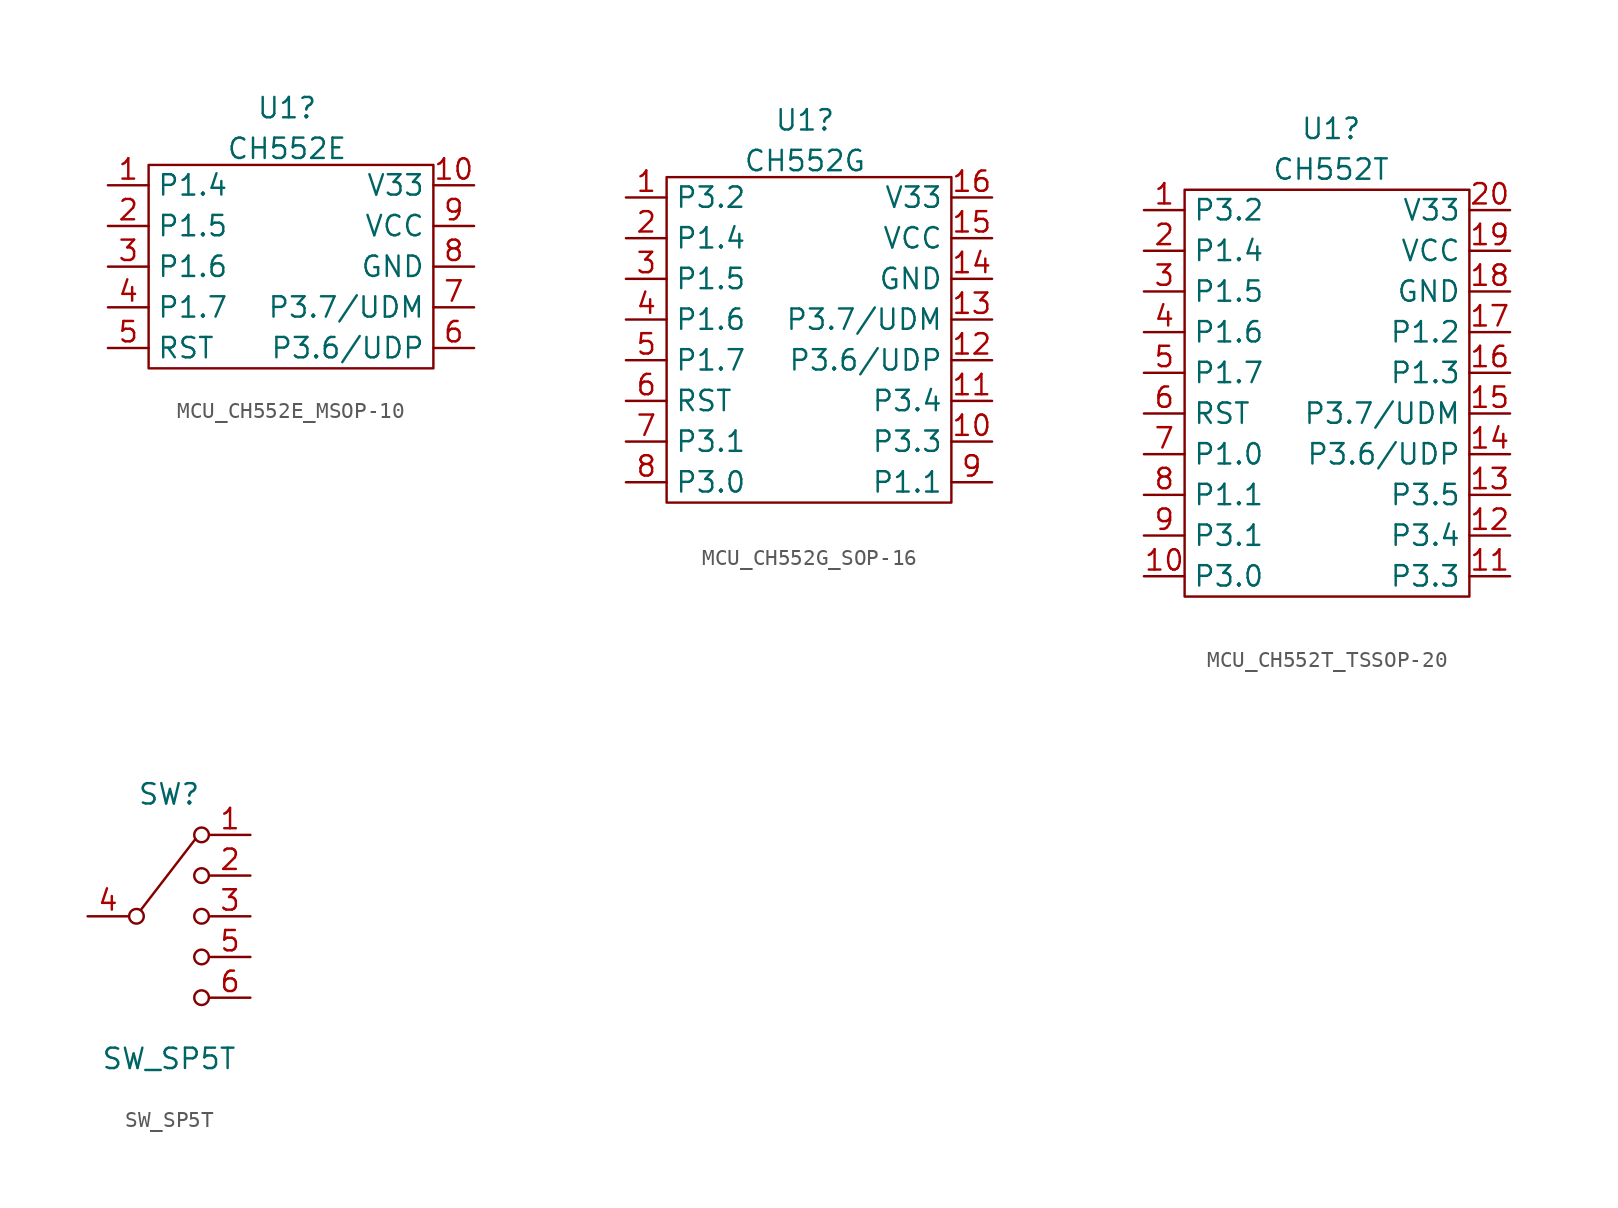
<source format=kicad_sym>
(kicad_symbol_lib
  (version 20231120)
  (generator "kicad_symbol_editor")
  (generator_version "8.0")
  (symbol "MCU_CH552E_MSOP-10"
    (property "Reference" "U1"
      (at 0 13.716 0)
      (effects (font (size 1.27 1.27))))
    (property "Value" "CH552E"
      (at 0 11.176 0)
      (effects (font (size 1.27 1.27))))
    (symbol "MCU_CH552E_MSOP-10_0_1"
      (rectangle (start -8.636 10.16) (end 9.144 -2.54) (stroke (width 0) (type default)) (fill (type none))))
    (symbol "MCU_CH552E_MSOP-10_1_1"
      (pin input line (at -11.176 8.89 0) (length 2.54) (name "P1.4" (effects (font (size 1.27 1.27)))) (number "1" (effects (font (size 1.27 1.27)))))
      (pin input line (at 11.684 8.89 180) (length 2.54) (name "V33" (effects (font (size 1.27 1.27)))) (number "10" (effects (font (size 1.27 1.27)))))
      (pin input line (at -11.176 6.35 0) (length 2.54) (name "P1.5" (effects (font (size 1.27 1.27)))) (number "2" (effects (font (size 1.27 1.27)))))
      (pin input line (at -11.176 3.81 0) (length 2.54) (name "P1.6" (effects (font (size 1.27 1.27)))) (number "3" (effects (font (size 1.27 1.27)))))
      (pin input line (at -11.176 1.27 0) (length 2.54) (name "P1.7" (effects (font (size 1.27 1.27)))) (number "4" (effects (font (size 1.27 1.27)))))
      (pin input line (at -11.176 -1.27 0) (length 2.54) (name "RST" (effects (font (size 1.27 1.27)))) (number "5" (effects (font (size 1.27 1.27)))))
      (pin input line (at 11.684 -1.27 180) (length 2.54) (name "P3.6/UDP" (effects (font (size 1.27 1.27)))) (number "6" (effects (font (size 1.27 1.27)))))
      (pin input line (at 11.684 1.27 180) (length 2.54) (name "P3.7/UDM" (effects (font (size 1.27 1.27)))) (number "7" (effects (font (size 1.27 1.27)))))
      (pin input line (at 11.684 3.81 180) (length 2.54) (name "GND" (effects (font (size 1.27 1.27)))) (number "8" (effects (font (size 1.27 1.27)))))
      (pin input line (at 11.684 6.35 180) (length 2.54) (name "VCC" (effects (font (size 1.27 1.27)))) (number "9" (effects (font (size 1.27 1.27)))))))
  (symbol "MCU_CH552G_SOP-16"
    (property "Reference" "U1"
      (at 0 13.716 0)
      (effects (font (size 1.27 1.27))))
    (property "Value" "CH552G"
      (at 0 11.176 0)
      (effects (font (size 1.27 1.27))))
    (symbol "MCU_CH552G_SOP-16_0_1"
      (rectangle (start -8.636 10.16) (end 9.144 -10.16) (stroke (width 0) (type default)) (fill (type none))))
    (symbol "MCU_CH552G_SOP-16_1_1"
      (pin input line (at -11.176 8.89 0) (length 2.54) (name "P3.2" (effects (font (size 1.27 1.27)))) (number "1" (effects (font (size 1.27 1.27)))))
      (pin input line (at 11.684 -6.35 180) (length 2.54) (name "P3.3" (effects (font (size 1.27 1.27)))) (number "10" (effects (font (size 1.27 1.27)))))
      (pin input line (at 11.684 -3.81 180) (length 2.54) (name "P3.4" (effects (font (size 1.27 1.27)))) (number "11" (effects (font (size 1.27 1.27)))))
      (pin input line (at 11.684 -1.27 180) (length 2.54) (name "P3.6/UDP" (effects (font (size 1.27 1.27)))) (number "12" (effects (font (size 1.27 1.27)))))
      (pin input line (at 11.684 1.27 180) (length 2.54) (name "P3.7/UDM" (effects (font (size 1.27 1.27)))) (number "13" (effects (font (size 1.27 1.27)))))
      (pin input line (at 11.684 3.81 180) (length 2.54) (name "GND" (effects (font (size 1.27 1.27)))) (number "14" (effects (font (size 1.27 1.27)))))
      (pin input line (at 11.684 6.35 180) (length 2.54) (name "VCC" (effects (font (size 1.27 1.27)))) (number "15" (effects (font (size 1.27 1.27)))))
      (pin input line (at 11.684 8.89 180) (length 2.54) (name "V33" (effects (font (size 1.27 1.27)))) (number "16" (effects (font (size 1.27 1.27)))))
      (pin input line (at -11.176 6.35 0) (length 2.54) (name "P1.4" (effects (font (size 1.27 1.27)))) (number "2" (effects (font (size 1.27 1.27)))))
      (pin input line (at -11.176 3.81 0) (length 2.54) (name "P1.5" (effects (font (size 1.27 1.27)))) (number "3" (effects (font (size 1.27 1.27)))))
      (pin input line (at -11.176 1.27 0) (length 2.54) (name "P1.6" (effects (font (size 1.27 1.27)))) (number "4" (effects (font (size 1.27 1.27)))))
      (pin input line (at -11.176 -1.27 0) (length 2.54) (name "P1.7" (effects (font (size 1.27 1.27)))) (number "5" (effects (font (size 1.27 1.27)))))
      (pin input line (at -11.176 -3.81 0) (length 2.54) (name "RST" (effects (font (size 1.27 1.27)))) (number "6" (effects (font (size 1.27 1.27)))))
      (pin input line (at -11.176 -6.35 0) (length 2.54) (name "P3.1" (effects (font (size 1.27 1.27)))) (number "7" (effects (font (size 1.27 1.27)))))
      (pin input line (at -11.176 -8.89 0) (length 2.54) (name "P3.0" (effects (font (size 1.27 1.27)))) (number "8" (effects (font (size 1.27 1.27)))))
      (pin input line (at 11.684 -8.89 180) (length 2.54) (name "P1.1" (effects (font (size 1.27 1.27)))) (number "9" (effects (font (size 1.27 1.27)))))))
  (symbol "MCU_CH552T_TSSOP-20"
    (property "Reference" "U1"
      (at 0.254 13.97 0)
      (effects (font (size 1.27 1.27))))
    (property "Value" "CH552T"
      (at 0.254 11.43 0)
      (effects (font (size 1.27 1.27))))
    (symbol "MCU_CH552T_TSSOP-20_0_1"
      (rectangle (start -8.89 10.16) (end 8.89 -15.24) (stroke (width 0) (type default)) (fill (type none))))
    (symbol "MCU_CH552T_TSSOP-20_1_1"
      (pin input line (at -11.43 8.89 0) (length 2.54) (name "P3.2" (effects (font (size 1.27 1.27)))) (number "1" (effects (font (size 1.27 1.27)))))
      (pin input line (at -11.43 -13.97 0) (length 2.54) (name "P3.0" (effects (font (size 1.27 1.27)))) (number "10" (effects (font (size 1.27 1.27)))))
      (pin input line (at 11.43 -13.97 180) (length 2.54) (name "P3.3" (effects (font (size 1.27 1.27)))) (number "11" (effects (font (size 1.27 1.27)))))
      (pin input line (at 11.43 -11.43 180) (length 2.54) (name "P3.4" (effects (font (size 1.27 1.27)))) (number "12" (effects (font (size 1.27 1.27)))))
      (pin input line (at 11.43 -8.89 180) (length 2.54) (name "P3.5" (effects (font (size 1.27 1.27)))) (number "13" (effects (font (size 1.27 1.27)))))
      (pin input line (at 11.43 -6.35 180) (length 2.54) (name "P3.6/UDP" (effects (font (size 1.27 1.27)))) (number "14" (effects (font (size 1.27 1.27)))))
      (pin input line (at 11.43 -3.81 180) (length 2.54) (name "P3.7/UDM" (effects (font (size 1.27 1.27)))) (number "15" (effects (font (size 1.27 1.27)))))
      (pin input line (at 11.43 -1.27 180) (length 2.54) (name "P1.3" (effects (font (size 1.27 1.27)))) (number "16" (effects (font (size 1.27 1.27)))))
      (pin input line (at 11.43 1.27 180) (length 2.54) (name "P1.2" (effects (font (size 1.27 1.27)))) (number "17" (effects (font (size 1.27 1.27)))))
      (pin input line (at 11.43 3.81 180) (length 2.54) (name "GND" (effects (font (size 1.27 1.27)))) (number "18" (effects (font (size 1.27 1.27)))))
      (pin input line (at 11.43 6.35 180) (length 2.54) (name "VCC" (effects (font (size 1.27 1.27)))) (number "19" (effects (font (size 1.27 1.27)))))
      (pin input line (at -11.43 6.35 0) (length 2.54) (name "P1.4" (effects (font (size 1.27 1.27)))) (number "2" (effects (font (size 1.27 1.27)))))
      (pin input line (at 11.43 8.89 180) (length 2.54) (name "V33" (effects (font (size 1.27 1.27)))) (number "20" (effects (font (size 1.27 1.27)))))
      (pin input line (at -11.43 3.81 0) (length 2.54) (name "P1.5" (effects (font (size 1.27 1.27)))) (number "3" (effects (font (size 1.27 1.27)))))
      (pin input line (at -11.43 1.27 0) (length 2.54) (name "P1.6" (effects (font (size 1.27 1.27)))) (number "4" (effects (font (size 1.27 1.27)))))
      (pin input line (at -11.43 -1.27 0) (length 2.54) (name "P1.7" (effects (font (size 1.27 1.27)))) (number "5" (effects (font (size 1.27 1.27)))))
      (pin input line (at -11.43 -3.81 0) (length 2.54) (name "RST" (effects (font (size 1.27 1.27)))) (number "6" (effects (font (size 1.27 1.27)))))
      (pin input line (at -11.43 -6.35 0) (length 2.54) (name "P1.0" (effects (font (size 1.27 1.27)))) (number "7" (effects (font (size 1.27 1.27)))))
      (pin input line (at -11.43 -8.89 0) (length 2.54) (name "P1.1" (effects (font (size 1.27 1.27)))) (number "8" (effects (font (size 1.27 1.27)))))
      (pin input line (at -11.43 -11.43 0) (length 2.54) (name "P3.1" (effects (font (size 1.27 1.27)))) (number "9" (effects (font (size 1.27 1.27)))))))
  (symbol "SW_SP5T"
    (pin_names
      (offset 0) hide)
    (property "Reference" "SW"
      (at 0 5.08 0)
      (effects (font (size 1.27 1.27))))
    (property "Value" "SW_SP5T"
      (at 0 -11.43 0)
      (effects (font (size 1.27 1.27))))
    (symbol "SW_SP5T_0_1"
      (circle (center -2.032 -2.54) (radius 0.457) (stroke (width 0) (type default)) (fill (type none)))
      (polyline (pts (xy -1.757 -2.141) (xy 1.651 2.286)) (stroke (width 0) (type default)) (fill (type none)))
      (circle (center 2.032 -7.62) (radius 0.457) (stroke (width 0) (type default)) (fill (type none)))
      (circle (center 2.032 -5.08) (radius 0.457) (stroke (width 0) (type default)) (fill (type none)))
      (circle (center 2.032 -2.54) (radius 0.457) (stroke (width 0) (type default)) (fill (type none)))
      (circle (center 2.032 0) (radius 0.457) (stroke (width 0) (type default)) (fill (type none)))
      (circle (center 2.032 2.54) (radius 0.457) (stroke (width 0) (type default)) (fill (type none))))
    (symbol "SW_SP5T_1_1"
      (pin passive line (at 5.08 2.54 180) (length 2.54) (name "A" (effects (font (size 1.27 1.27)))) (number "1" (effects (font (size 1.27 1.27)))))
      (pin passive line (at 5.08 0 180) (length 2.54) (name "B" (effects (font (size 1.27 1.27)))) (number "2" (effects (font (size 1.27 1.27)))))
      (pin passive line (at 5.08 -2.54 180) (length 2.54) (name "C" (effects (font (size 1.27 1.27)))) (number "3" (effects (font (size 1.27 1.27)))))
      (pin passive line (at -5.08 -2.54 0) (length 2.54) (name "Com" (effects (font (size 1.27 1.27)))) (number "4" (effects (font (size 1.27 1.27)))))
      (pin passive line (at 5.08 -5.08 180) (length 2.54) (name "D" (effects (font (size 1.27 1.27)))) (number "5" (effects (font (size 1.27 1.27)))))
      (pin passive line (at 5.08 -7.62 180) (length 2.54) (name "Ctr" (effects (font (size 1.27 1.27)))) (number "6" (effects (font (size 1.27 1.27))))))))
</source>
